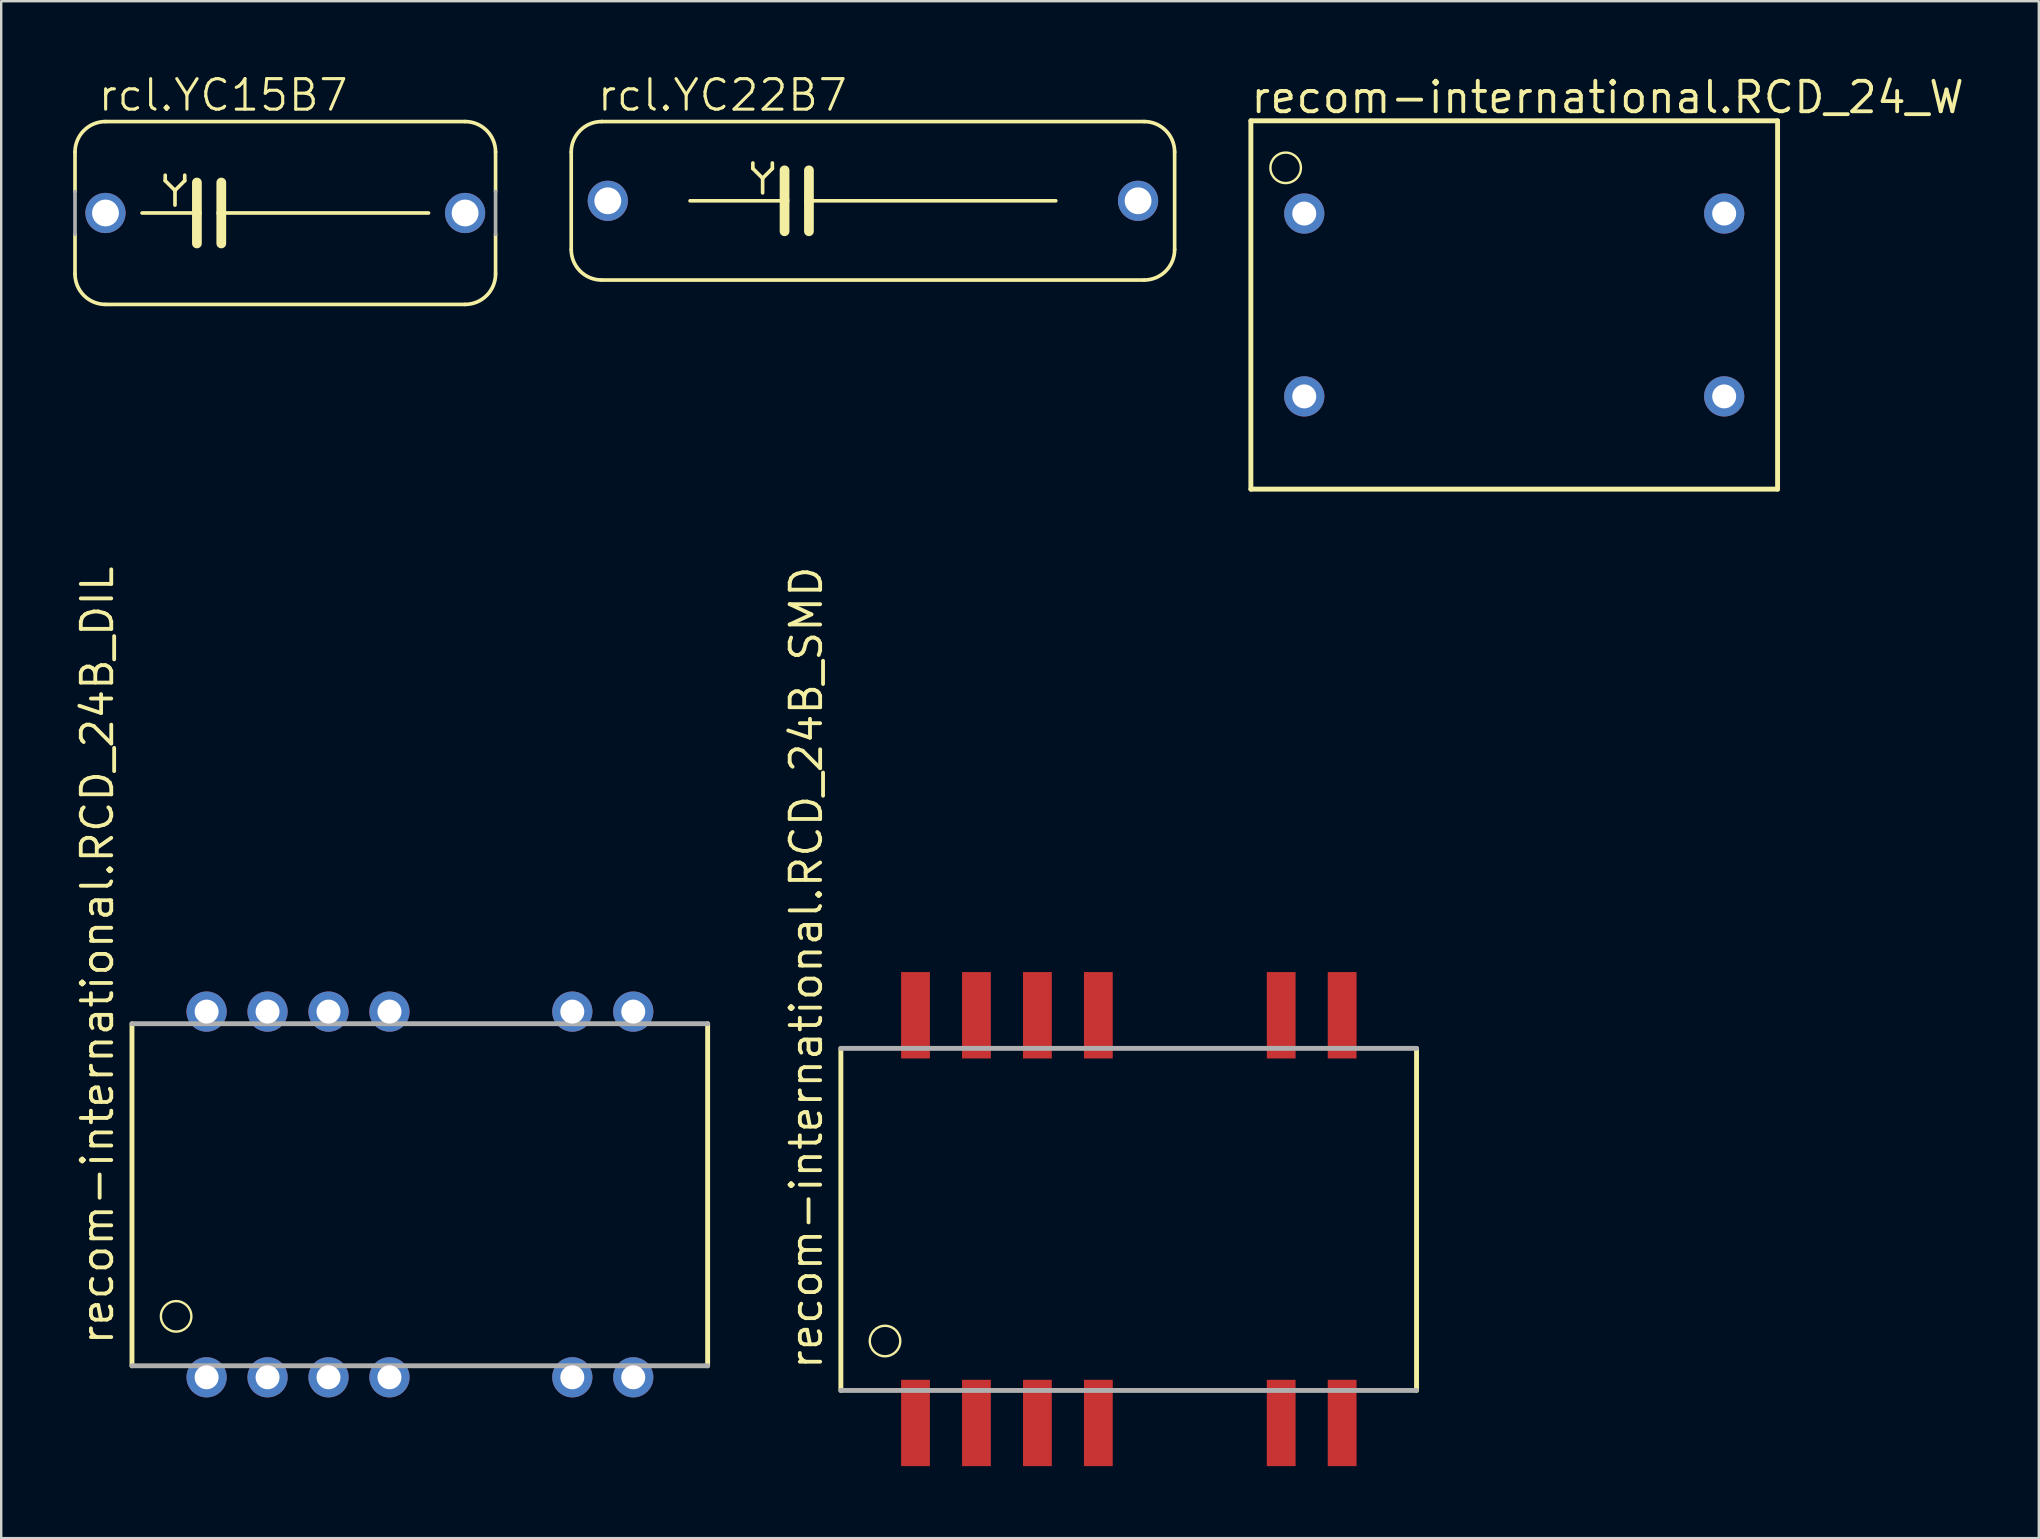
<source format=kicad_pcb>
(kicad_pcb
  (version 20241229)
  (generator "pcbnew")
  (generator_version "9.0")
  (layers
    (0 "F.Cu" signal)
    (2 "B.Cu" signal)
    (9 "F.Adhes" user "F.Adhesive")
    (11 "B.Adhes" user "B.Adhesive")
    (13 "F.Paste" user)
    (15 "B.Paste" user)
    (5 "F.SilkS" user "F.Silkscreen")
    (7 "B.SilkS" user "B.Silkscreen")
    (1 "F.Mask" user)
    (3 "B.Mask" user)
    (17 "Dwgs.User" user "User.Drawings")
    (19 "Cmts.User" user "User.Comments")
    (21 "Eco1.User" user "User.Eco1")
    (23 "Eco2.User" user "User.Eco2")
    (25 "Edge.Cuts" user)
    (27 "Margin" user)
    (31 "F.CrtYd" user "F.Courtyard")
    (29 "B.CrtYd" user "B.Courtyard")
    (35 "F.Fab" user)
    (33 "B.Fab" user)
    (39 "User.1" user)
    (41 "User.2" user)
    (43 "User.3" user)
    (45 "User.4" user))
  (footprint "recom-international.RCD_24_W"
    (layer "F.Cu")
    (at 60.053 9.659)
    (property "Reference" "recom-international.RCD_24_W" (at -11.059 -7.909 0) (layer "F.SilkS") (effects (font (size 1.27 1.27) (thickness 0.16)) (justify left bottom)))
    (attr through_hole)
    (fp_line (start -10.975 -7.675) (end 10.975 -7.675) (stroke (width 0.203) (type default)) (layer "F.SilkS"))
    (fp_line (start -10.975 7.675) (end -10.975 -7.675) (stroke (width 0.203) (type default)) (layer "F.SilkS"))
    (fp_line (start 10.975 -7.675) (end 10.975 7.675) (stroke (width 0.203) (type default)) (layer "F.SilkS"))
    (fp_line (start 10.975 7.675) (end -10.975 7.675) (stroke (width 0.203) (type default)) (layer "F.SilkS"))
    (fp_circle (center -9.525 -5.715) (end -8.89 -5.715) (stroke (width 0.1) (type default)) (fill no) (layer "F.SilkS"))
    (pad "1" thru_hole circle (at -8.75 -3.81) (size 1.676 1.676) (drill 1) (layers "*.Cu" "*.Mask"))
    (pad "4" thru_hole circle (at -8.75 3.81) (size 1.676 1.676) (drill 1) (layers "*.Cu" "*.Mask"))
    (pad "5" thru_hole circle (at 8.75 3.81 180) (size 1.676 1.676) (drill 1) (layers "*.Cu" "*.Mask"))
    (pad "6" thru_hole circle (at 8.75 -3.81 180) (size 1.676 1.676) (drill 1) (layers "*.Cu" "*.Mask")))
  (footprint "rcl.YC22B7"
    (layer "F.Cu")
    (at 33.328 5.318)
    (property "Reference" "rcl.YC22B7" (at -11.557 -3.658 0) (layer "F.SilkS") (effects (font (size 1.27 1.27) (thickness 0.13)) (justify left bottom)))
    (attr through_hole)
    (fp_line (start -12.573 2.032) (end -12.573 -2.032) (stroke (width 0.152) (type default)) (layer "F.SilkS"))
    (fp_line (start -11.303 -3.302) (end 11.303 -3.302) (stroke (width 0.152) (type default)) (layer "F.SilkS"))
    (fp_line (start -11.303 3.302) (end 11.303 3.302) (stroke (width 0.152) (type default)) (layer "F.SilkS"))
    (fp_line (start -7.62 0) (end -3.683 0) (stroke (width 0.152) (type default)) (layer "F.SilkS"))
    (fp_line (start -5.004 -1.575) (end -5.004 -1.346) (stroke (width 0.152) (type default)) (layer "F.SilkS"))
    (fp_line (start -5.004 -1.346) (end -4.597 -0.94) (stroke (width 0.152) (type default)) (layer "F.SilkS"))
    (fp_line (start -4.597 -0.94) (end -4.597 -0.33) (stroke (width 0.152) (type default)) (layer "F.SilkS"))
    (fp_line (start -4.597 -0.94) (end -4.191 -1.346) (stroke (width 0.152) (type default)) (layer "F.SilkS"))
    (fp_line (start -4.191 -1.346) (end -4.191 -1.575) (stroke (width 0.152) (type default)) (layer "F.SilkS"))
    (fp_line (start -3.683 -1.27) (end -3.683 0) (stroke (width 0.406) (type default)) (layer "F.SilkS"))
    (fp_line (start -3.683 0) (end -3.683 1.27) (stroke (width 0.406) (type default)) (layer "F.SilkS"))
    (fp_line (start -2.667 -1.27) (end -2.667 0) (stroke (width 0.406) (type default)) (layer "F.SilkS"))
    (fp_line (start -2.667 0) (end -2.667 1.27) (stroke (width 0.406) (type default)) (layer "F.SilkS"))
    (fp_line (start 7.62 0) (end -2.667 0) (stroke (width 0.152) (type default)) (layer "F.SilkS"))
    (fp_line (start 12.573 2.032) (end 12.573 -2.032) (stroke (width 0.152) (type default)) (layer "F.SilkS"))
    (fp_arc (start -12.573 -2.032) (mid -12.201026 -2.930026) (end -11.303 -3.302) (stroke (width 0.1524) (type default)) (layer "F.SilkS"))
    (fp_arc (start -11.303 3.302) (mid -12.201026 2.930026) (end -12.573 2.032) (stroke (width 0.1524) (type default)) (layer "F.SilkS"))
    (fp_arc (start 11.303 -3.302) (mid 12.201026 -2.930026) (end 12.573 -2.032) (stroke (width 0.1524) (type default)) (layer "F.SilkS"))
    (fp_arc (start 12.573 2.032) (mid 12.201026 2.930026) (end 11.303 3.302) (stroke (width 0.1524) (type default)) (layer "F.SilkS"))
    (pad "1" thru_hole circle (at -11.049 0) (size 1.676 1.676) (drill 1.118) (layers "*.Cu" "*.Mask"))
    (pad "2" thru_hole circle (at 11.049 0) (size 1.676 1.676) (drill 1.118) (layers "*.Cu" "*.Mask")))
  (footprint "rcl.YC15B7"
    (layer "F.Cu")
    (at 8.839 5.826)
    (property "Reference" "rcl.YC15B7" (at -7.874 -4.166 0) (layer "F.SilkS") (effects (font (size 1.27 1.27) (thickness 0.13)) (justify left bottom)))
    (attr through_hole)
    (fp_line (start -8.763 -0.889) (end -8.763 -2.54) (stroke (width 0.152) (type default)) (layer "F.SilkS"))
    (fp_line (start -8.763 2.54) (end -8.763 0.889) (stroke (width 0.152) (type default)) (layer "F.SilkS"))
    (fp_line (start -7.493 -3.81) (end 7.493 -3.81) (stroke (width 0.152) (type default)) (layer "F.SilkS"))
    (fp_line (start -7.493 3.81) (end 7.493 3.81) (stroke (width 0.152) (type default)) (layer "F.SilkS"))
    (fp_line (start -5.969 0) (end -3.683 0) (stroke (width 0.152) (type default)) (layer "F.SilkS"))
    (fp_line (start -5.004 -1.575) (end -5.004 -1.346) (stroke (width 0.152) (type default)) (layer "F.SilkS"))
    (fp_line (start -5.004 -1.346) (end -4.597 -0.94) (stroke (width 0.152) (type default)) (layer "F.SilkS"))
    (fp_line (start -4.597 -0.94) (end -4.597 -0.33) (stroke (width 0.152) (type default)) (layer "F.SilkS"))
    (fp_line (start -4.597 -0.94) (end -4.191 -1.346) (stroke (width 0.152) (type default)) (layer "F.SilkS"))
    (fp_line (start -4.191 -1.346) (end -4.191 -1.575) (stroke (width 0.152) (type default)) (layer "F.SilkS"))
    (fp_line (start -3.683 -1.27) (end -3.683 0) (stroke (width 0.406) (type default)) (layer "F.SilkS"))
    (fp_line (start -3.683 0) (end -3.683 1.27) (stroke (width 0.406) (type default)) (layer "F.SilkS"))
    (fp_line (start -2.667 -1.27) (end -2.667 0) (stroke (width 0.406) (type default)) (layer "F.SilkS"))
    (fp_line (start -2.667 0) (end -2.667 1.27) (stroke (width 0.406) (type default)) (layer "F.SilkS"))
    (fp_line (start 5.969 0) (end -2.667 0) (stroke (width 0.152) (type default)) (layer "F.SilkS"))
    (fp_line (start 8.763 -0.889) (end 8.763 -2.54) (stroke (width 0.152) (type default)) (layer "F.SilkS"))
    (fp_line (start 8.763 2.54) (end 8.763 0.889) (stroke (width 0.152) (type default)) (layer "F.SilkS"))
    (fp_arc (start -8.763 -2.54) (mid -8.391026 -3.438026) (end -7.493 -3.81) (stroke (width 0.1524) (type default)) (layer "F.SilkS"))
    (fp_arc (start -7.493 3.81) (mid -8.391026 3.438026) (end -8.763 2.54) (stroke (width 0.1524) (type default)) (layer "F.SilkS"))
    (fp_arc (start 7.493 -3.81) (mid 8.391026 -3.438026) (end 8.763 -2.54) (stroke (width 0.1524) (type default)) (layer "F.SilkS"))
    (fp_arc (start 8.763 2.54) (mid 8.391026 3.438026) (end 7.493 3.81) (stroke (width 0.1524) (type default)) (layer "F.SilkS"))
    (fp_line (start -8.763 0.889) (end -8.763 -0.889) (stroke (width 0.152) (type default)) (layer "F.Fab"))
    (fp_line (start 8.763 0.889) (end 8.763 -0.889) (stroke (width 0.152) (type default)) (layer "F.Fab"))
    (pad "1" thru_hole circle (at -7.493 0) (size 1.676 1.676) (drill 1.118) (layers "*.Cu" "*.Mask"))
    (pad "2" thru_hole circle (at 7.493 0) (size 1.676 1.676) (drill 1.118) (layers "*.Cu" "*.Mask")))
  (footprint "recom-international.RCD_24B_SMD"
    (layer "F.Cu")
    (at 43.992 47.755)
    (property "Reference" "recom-international.RCD_24B_SMD" (at -12.7 6.35 90) (layer "F.SilkS") (effects (font (size 1.27 1.27) (thickness 0.16)) (justify left bottom)))
    (attr smd)
    (fp_line (start -12 7.14) (end -12 -7.115) (stroke (width 0.203) (type default)) (layer "F.SilkS"))
    (fp_line (start 11.99 -7.115) (end 11.99 7.14) (stroke (width 0.203) (type default)) (layer "F.SilkS"))
    (fp_circle (center -10.16 5.08) (end -9.525 5.08) (stroke (width 0.1) (type default)) (fill no) (layer "F.SilkS"))
    (fp_line (start -12 -7.115) (end 11.99 -7.115) (stroke (width 0.203) (type default)) (layer "F.Fab"))
    (fp_line (start 11.99 7.14) (end -12 7.14) (stroke (width 0.203) (type default)) (layer "F.Fab"))
    (pad "1" smd roundrect (at -8.89 8.495) (size 1.2 3.6) (layers "F.Cu" "F.Mask" "F.Paste") (roundrect_rratio 0.01))
    (pad "2" smd roundrect (at -6.35 8.495) (size 1.2 3.6) (layers "F.Cu" "F.Mask" "F.Paste") (roundrect_rratio 0.01))
    (pad "3" smd roundrect (at -3.81 8.495) (size 1.2 3.6) (layers "F.Cu" "F.Mask" "F.Paste") (roundrect_rratio 0.01))
    (pad "4" smd roundrect (at -1.27 8.495) (size 1.2 3.6) (layers "F.Cu" "F.Mask" "F.Paste") (roundrect_rratio 0.01))
    (pad "7" smd roundrect (at 6.35 8.495) (size 1.2 3.6) (layers "F.Cu" "F.Mask" "F.Paste") (roundrect_rratio 0.01))
    (pad "8" smd roundrect (at 8.89 8.495) (size 1.2 3.6) (layers "F.Cu" "F.Mask" "F.Paste") (roundrect_rratio 0.01))
    (pad "9" smd roundrect (at 8.89 -8.495 180) (size 1.2 3.6) (layers "F.Cu" "F.Mask" "F.Paste") (roundrect_rratio 0.01))
    (pad "10" smd roundrect (at 6.35 -8.495 180) (size 1.2 3.6) (layers "F.Cu" "F.Mask" "F.Paste") (roundrect_rratio 0.01))
    (pad "13" smd roundrect (at -1.27 -8.495 180) (size 1.2 3.6) (layers "F.Cu" "F.Mask" "F.Paste") (roundrect_rratio 0.01))
    (pad "14" smd roundrect (at -3.81 -8.495 180) (size 1.2 3.6) (layers "F.Cu" "F.Mask" "F.Paste") (roundrect_rratio 0.01))
    (pad "15" smd roundrect (at -6.35 -8.495 180) (size 1.2 3.6) (layers "F.Cu" "F.Mask" "F.Paste") (roundrect_rratio 0.01))
    (pad "16" smd roundrect (at -8.89 -8.495 180) (size 1.2 3.6) (layers "F.Cu" "F.Mask" "F.Paste") (roundrect_rratio 0.01)))
  (footprint "recom-international.RCD_24B_DIL"
    (layer "F.Cu")
    (at 14.45 46.727)
    (property "Reference" "recom-international.RCD_24B_DIL" (at -12.7 6.35 90) (layer "F.SilkS") (effects (font (size 1.27 1.27) (thickness 0.16)) (justify left bottom)))
    (attr through_hole)
    (fp_line (start -12 7.14) (end -12 -7.115) (stroke (width 0.203) (type default)) (layer "F.SilkS"))
    (fp_line (start 11.99 -7.115) (end 11.99 7.14) (stroke (width 0.203) (type default)) (layer "F.SilkS"))
    (fp_circle (center -10.16 5.08) (end -9.525 5.08) (stroke (width 0.1) (type default)) (fill no) (layer "F.SilkS"))
    (fp_line (start -12 -7.115) (end 11.99 -7.115) (stroke (width 0.203) (type default)) (layer "F.Fab"))
    (fp_line (start 11.99 7.14) (end -12 7.14) (stroke (width 0.203) (type default)) (layer "F.Fab"))
    (pad "1" thru_hole circle (at -8.89 7.62 90) (size 1.676 1.676) (drill 1) (layers "*.Cu" "*.Mask"))
    (pad "2" thru_hole circle (at -6.35 7.62 90) (size 1.676 1.676) (drill 1) (layers "*.Cu" "*.Mask"))
    (pad "3" thru_hole circle (at -3.81 7.62 90) (size 1.676 1.676) (drill 1) (layers "*.Cu" "*.Mask"))
    (pad "4" thru_hole circle (at -1.27 7.62 90) (size 1.676 1.676) (drill 1) (layers "*.Cu" "*.Mask"))
    (pad "7" thru_hole circle (at 6.35 7.62 180) (size 1.676 1.676) (drill 1) (layers "*.Cu" "*.Mask"))
    (pad "8" thru_hole circle (at 8.89 7.62 180) (size 1.676 1.676) (drill 1) (layers "*.Cu" "*.Mask"))
    (pad "9" thru_hole circle (at 8.89 -7.62 270) (size 1.676 1.676) (drill 1) (layers "*.Cu" "*.Mask"))
    (pad "10" thru_hole circle (at 6.35 -7.62 270) (size 1.676 1.676) (drill 1) (layers "*.Cu" "*.Mask"))
    (pad "13" thru_hole circle (at -1.27 -7.62) (size 1.676 1.676) (drill 1) (layers "*.Cu" "*.Mask"))
    (pad "14" thru_hole circle (at -3.81 -7.62) (size 1.676 1.676) (drill 1) (layers "*.Cu" "*.Mask"))
    (pad "15" thru_hole circle (at -6.35 -7.62) (size 1.676 1.676) (drill 1) (layers "*.Cu" "*.Mask"))
    (pad "16" thru_hole circle (at -8.89 -7.62) (size 1.676 1.676) (drill 1) (layers "*.Cu" "*.Mask")))
  (gr_rect
    (start -3 -3)
    (end 81.914 61.05)
    (stroke (width 0.1) (type default))
    (fill no)
    (layer "Edge.Cuts")))
</source>
